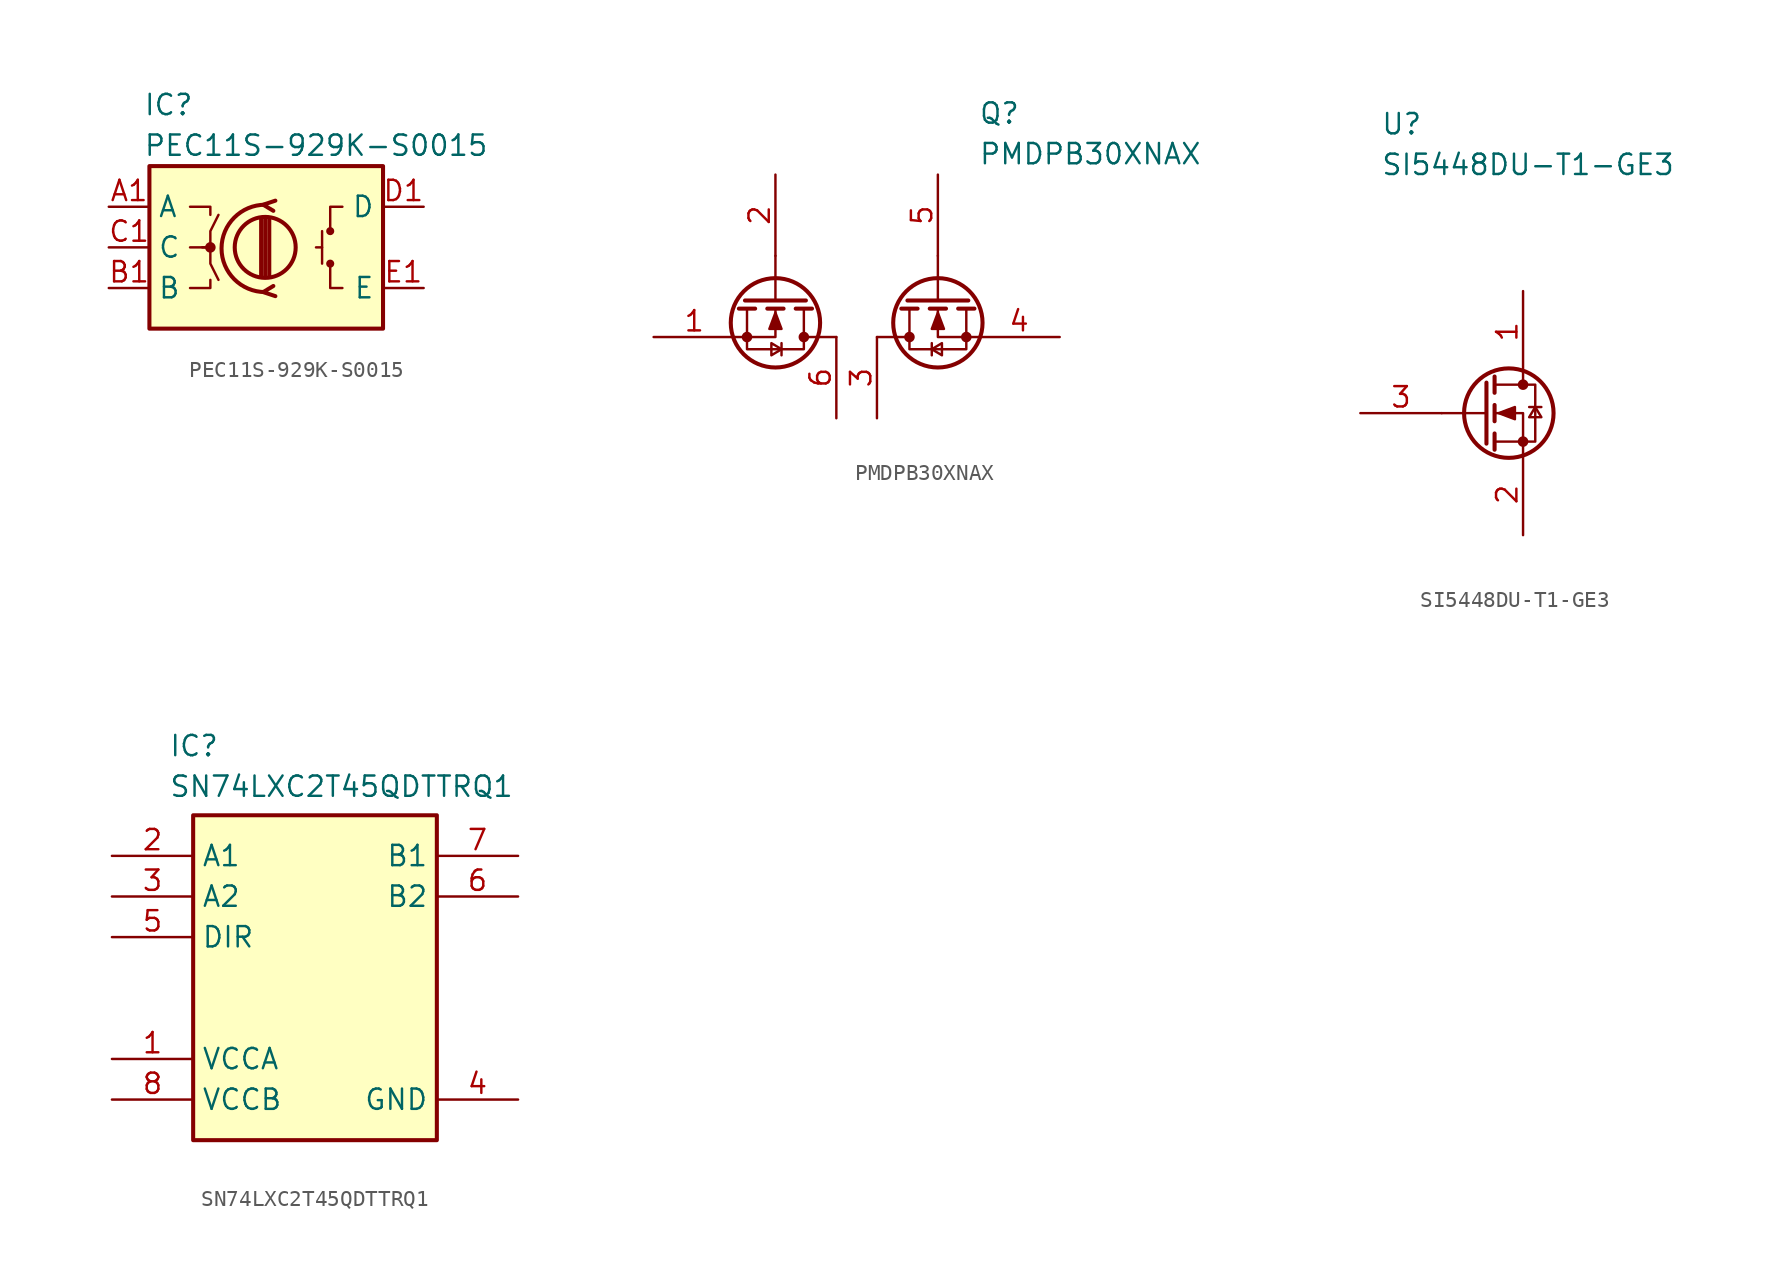
<source format=kicad_sym>
(kicad_symbol_lib
  (version 20241209)
  (generator "kicad_symbol_editor")
  (generator_version "9.0")
  (symbol "PEC11S-929K-S0015"
    (property "Reference" "IC"
      (at -7.366 9.652 0)
      (effects (font (size 1.27 1.27)) (justify left top)))
    (property "Value" "PEC11S-929K-S0015"
      (at -7.366 7.112 0)
      (effects (font (size 1.27 1.27)) (justify left top)))
    (symbol "PEC11S-929K-S0015_0_1"
      (rectangle (start -6.985 5.08) (end 7.62 -5.08) (stroke (width 0.254) (type default)) (fill (type background)))
      (polyline (pts (xy -4.445 2.54) (xy -3.175 2.54) (xy -3.175 2.032)) (stroke (width 0) (type default)) (fill (type none)))
      (polyline (pts (xy -4.445 0) (xy -3.175 0) (xy -3.175 -1.016) (xy -2.667 -2.032)) (stroke (width 0) (type default)) (fill (type none)))
      (polyline (pts (xy -4.445 -2.54) (xy -3.175 -2.54) (xy -3.175 -2.032)) (stroke (width 0) (type default)) (fill (type none)))
      (polyline (pts (xy -3.683 0) (xy -3.175 0) (xy -3.175 1.016) (xy -2.667 2.032)) (stroke (width 0) (type default)) (fill (type none)))
      (circle (center -3.175 0) (radius 0.254) (stroke (width 0) (type default)) (fill (type outline)))
      (polyline (pts (xy 0 -1.778) (xy 0 1.778)) (stroke (width 0.254) (type default)) (fill (type none)))
      (circle (center 0.254 0) (radius 1.905) (stroke (width 0.254) (type default)) (fill (type none)))
      (polyline (pts (xy 0.254 -1.778) (xy 0.254 1.778)) (stroke (width 0.254) (type default)) (fill (type none)))
      (arc (start 0.254 -2.794) (mid -2.4638 -0.0635) (end 0.254 2.667) (stroke (width 0.254) (type default)) (fill (type none)))
      (polyline (pts (xy 0.508 1.778) (xy 0.508 -1.778)) (stroke (width 0.254) (type default)) (fill (type none)))
      (polyline (pts (xy 0.889 2.921) (xy 0.127 2.667) (xy 0.762 2.286)) (stroke (width 0.254) (type default)) (fill (type none)))
      (polyline (pts (xy 0.889 -3.048) (xy 0.127 -2.794) (xy 0.762 -2.413)) (stroke (width 0.254) (type default)) (fill (type none)))
      (circle (center 4.318 1.016) (radius 0.127) (stroke (width 0.254) (type default)) (fill (type none)))
      (circle (center 4.318 -1.016) (radius 0.127) (stroke (width 0.254) (type default)) (fill (type none))))
    (symbol "PEC11S-929K-S0015_1_1"
      (polyline (pts (xy 3.81 1.016) (xy 3.81 -1.016)) (stroke (width 0) (type solid)) (fill (type none)))
      (polyline (pts (xy 3.81 0) (xy 3.429 0)) (stroke (width 0) (type solid)) (fill (type none)))
      (polyline (pts (xy 5.08 2.54) (xy 4.318 2.54) (xy 4.318 1.016)) (stroke (width 0) (type solid)) (fill (type none)))
      (polyline (pts (xy 5.08 -2.54) (xy 4.318 -2.54) (xy 4.318 -1.016)) (stroke (width 0) (type solid)) (fill (type none)))
      (pin passive line (at -9.525 2.54 0) (length 2.54) (name "A" (effects (font (size 1.27 1.27)))) (number "A1" (effects (font (size 1.27 1.27)))))
      (pin passive line (at -9.525 0 0) (length 2.54) (name "C" (effects (font (size 1.27 1.27)))) (number "C1" (effects (font (size 1.27 1.27)))))
      (pin passive line (at -9.525 -2.54 0) (length 2.54) (name "B" (effects (font (size 1.27 1.27)))) (number "B1" (effects (font (size 1.27 1.27)))))
      (pin passive line (at 10.16 2.54 180) (length 2.54) (name "D" (effects (font (size 1.27 1.27)))) (number "D1" (effects (font (size 1.27 1.27)))))
      (pin passive line (at 10.16 -2.54 180) (length 2.54) (name "E" (effects (font (size 1.27 1.27)))) (number "E1" (effects (font (size 1.27 1.27)))))))
  (symbol "PMDPB30XNAX"
    (property "Reference" "Q"
      (at 7.62 14.732 0)
      (effects (font (size 1.27 1.27)) (justify left top)))
    (property "Value" "PMDPB30XNAX"
      (at 7.62 12.192 0)
      (effects (font (size 1.27 1.27)) (justify left top)))
    (symbol "PMDPB30XNAX_0_1"
      (polyline (pts (xy -7.62 0) (xy -5.08 0) (xy -5.08 1.778)) (stroke (width 0) (type default)) (fill (type none)))
      (polyline (pts (xy -6.858 1.778) (xy -6.858 -0.762) (xy -3.302 -0.762) (xy -3.302 1.778)) (stroke (width 0) (type default)) (fill (type none)))
      (circle (center -6.858 0) (radius 0.254) (stroke (width 0) (type default)) (fill (type outline)))
      (polyline (pts (xy -6.35 1.778) (xy -7.366 1.778)) (stroke (width 0.254) (type default)) (fill (type none)))
      (polyline (pts (xy -5.08 2.286) (xy -5.08 5.08)) (stroke (width 0) (type default)) (fill (type none)))
      (polyline (pts (xy -5.08 1.524) (xy -4.699 0.508) (xy -5.461 0.508) (xy -5.08 1.524)) (stroke (width 0) (type default)) (fill (type outline)))
      (circle (center -5.08 0.889) (radius 2.794) (stroke (width 0.254) (type default)) (fill (type none)))
      (polyline (pts (xy -4.699 -0.381) (xy -4.699 -1.143)) (stroke (width 0) (type default)) (fill (type none)))
      (polyline (pts (xy -4.699 -0.762) (xy -5.334 -0.381) (xy -5.334 -1.143) (xy -4.699 -0.762)) (stroke (width 0) (type default)) (fill (type none)))
      (polyline (pts (xy -4.572 1.778) (xy -5.588 1.778)) (stroke (width 0.254) (type default)) (fill (type none)))
      (circle (center -3.302 0) (radius 0.254) (stroke (width 0) (type default)) (fill (type outline)))
      (polyline (pts (xy -3.175 2.286) (xy -6.985 2.286)) (stroke (width 0.254) (type default)) (fill (type none)))
      (polyline (pts (xy -2.794 1.778) (xy -3.81 1.778)) (stroke (width 0.254) (type default)) (fill (type none)))
      (polyline (pts (xy -2.54 0) (xy -3.302 0)) (stroke (width 0) (type default)) (fill (type none)))
      (polyline (pts (xy -1.27 0) (xy -2.54 0)) (stroke (width 0) (type default)) (fill (type none)))
      (polyline (pts (xy 1.27 0) (xy 2.54 0)) (stroke (width 0) (type default)) (fill (type none)))
      (polyline (pts (xy 2.54 0) (xy 3.302 0)) (stroke (width 0) (type default)) (fill (type none)))
      (polyline (pts (xy 2.794 1.778) (xy 3.81 1.778)) (stroke (width 0.254) (type default)) (fill (type none)))
      (polyline (pts (xy 3.175 2.286) (xy 6.985 2.286)) (stroke (width 0.254) (type default)) (fill (type none)))
      (circle (center 3.302 0) (radius 0.254) (stroke (width 0) (type default)) (fill (type outline)))
      (polyline (pts (xy 4.572 1.778) (xy 5.588 1.778)) (stroke (width 0.254) (type default)) (fill (type none)))
      (polyline (pts (xy 4.699 -0.381) (xy 4.699 -1.143)) (stroke (width 0) (type default)) (fill (type none)))
      (polyline (pts (xy 4.699 -0.762) (xy 5.334 -0.381) (xy 5.334 -1.143) (xy 4.699 -0.762)) (stroke (width 0) (type default)) (fill (type none)))
      (polyline (pts (xy 5.08 2.286) (xy 5.08 5.08)) (stroke (width 0) (type default)) (fill (type none)))
      (polyline (pts (xy 5.08 1.524) (xy 4.699 0.508) (xy 5.461 0.508) (xy 5.08 1.524)) (stroke (width 0) (type default)) (fill (type outline)))
      (circle (center 5.08 0.889) (radius 2.794) (stroke (width 0.254) (type default)) (fill (type none)))
      (polyline (pts (xy 6.35 1.778) (xy 7.366 1.778)) (stroke (width 0.254) (type default)) (fill (type none)))
      (polyline (pts (xy 6.858 1.778) (xy 6.858 -0.762) (xy 3.302 -0.762) (xy 3.302 1.778)) (stroke (width 0) (type default)) (fill (type none)))
      (circle (center 6.858 0) (radius 0.254) (stroke (width 0) (type default)) (fill (type outline)))
      (polyline (pts (xy 7.62 0) (xy 5.08 0) (xy 5.08 1.778)) (stroke (width 0) (type default)) (fill (type none))))
    (symbol "PMDPB30XNAX_1_1"
      (pin passive line (at -12.7 0 0) (length 5.08) (name "" (effects (font (size 1.27 1.27)))) (number "1" (effects (font (size 1.27 1.27)))))
      (pin passive line (at -5.08 10.16 270) (length 5.08) (name "" (effects (font (size 1.27 1.27)))) (number "2" (effects (font (size 1.27 1.27)))))
      (pin passive line (at -1.27 -5.08 90) (length 5.08) (name "" (effects (font (size 1.27 1.27)))) (number "6" (effects (font (size 1.27 1.27)))))
      (pin passive line (at 1.27 -5.08 90) (length 5.08) (name "" (effects (font (size 1.27 1.27)))) (number "3" (effects (font (size 1.27 1.27)))))
      (pin passive line (at 5.08 10.16 270) (length 5.08) (name "" (effects (font (size 1.27 1.27)))) (number "5" (effects (font (size 1.27 1.27)))))
      (pin passive line (at 12.7 0 180) (length 5.08) (name "" (effects (font (size 1.27 1.27)))) (number "4" (effects (font (size 1.27 1.27)))))))
  (symbol "SI5448DU-T1-GE3"
    (property "Reference" "U"
      (at -8.89 18.796 0)
      (effects (font (size 1.27 1.27)) (justify left top)))
    (property "Value" "SI5448DU-T1-GE3"
      (at -8.89 16.256 0)
      (effects (font (size 1.27 1.27)) (justify left top)))
    (symbol "SI5448DU-T1-GE3_0_1"
      (polyline (pts (xy -2.286 1.905) (xy -2.286 -1.905)) (stroke (width 0.254) (type default)) (fill (type none)))
      (polyline (pts (xy -2.286 0) (xy -5.08 0)) (stroke (width 0) (type default)) (fill (type none)))
      (polyline (pts (xy -1.778 2.286) (xy -1.778 1.27)) (stroke (width 0.254) (type default)) (fill (type none)))
      (polyline (pts (xy -1.778 0.508) (xy -1.778 -0.508)) (stroke (width 0.254) (type default)) (fill (type none)))
      (polyline (pts (xy -1.778 -1.27) (xy -1.778 -2.286)) (stroke (width 0.254) (type default)) (fill (type none)))
      (polyline (pts (xy -1.778 -1.778) (xy 0.762 -1.778) (xy 0.762 1.778) (xy -1.778 1.778)) (stroke (width 0) (type default)) (fill (type none)))
      (polyline (pts (xy -1.524 0) (xy -0.508 0.381) (xy -0.508 -0.381) (xy -1.524 0)) (stroke (width 0) (type default)) (fill (type outline)))
      (circle (center -0.889 0) (radius 2.794) (stroke (width 0.254) (type default)) (fill (type none)))
      (polyline (pts (xy 0 2.54) (xy 0 1.778)) (stroke (width 0) (type default)) (fill (type none)))
      (circle (center 0 1.778) (radius 0.254) (stroke (width 0) (type default)) (fill (type outline)))
      (circle (center 0 -1.778) (radius 0.254) (stroke (width 0) (type default)) (fill (type outline)))
      (polyline (pts (xy 0 -2.54) (xy 0 0) (xy -1.778 0)) (stroke (width 0) (type default)) (fill (type none)))
      (polyline (pts (xy 0.381 0.381) (xy 1.143 0.381)) (stroke (width 0) (type default)) (fill (type none)))
      (polyline (pts (xy 0.762 0.381) (xy 0.381 -0.254) (xy 1.143 -0.254) (xy 0.762 0.381)) (stroke (width 0) (type default)) (fill (type none))))
    (symbol "SI5448DU-T1-GE3_1_1"
      (pin passive line (at -10.16 0 0) (length 5.08) (name "" (effects (font (size 1.27 1.27)))) (number "3" (effects (font (size 1.27 1.27)))))
      (pin passive line (at 0 7.62 270) (length 5.08) (name "" (effects (font (size 1.27 1.27)))) (number "1" (effects (font (size 1.27 1.27)))))
      (pin passive line (at 0 -7.62 90) (length 5.08) (name "" (effects (font (size 1.27 1.27)))) (number "2" (effects (font (size 1.27 1.27)))))))
  (symbol "SN74LXC2T45QDTTRQ1"
    (property "Reference" "IC"
      (at -9.144 5.08 0)
      (effects (font (size 1.27 1.27)) (justify left top)))
    (property "Value" "SN74LXC2T45QDTTRQ1"
      (at -9.144 2.54 0)
      (effects (font (size 1.27 1.27)) (justify left top)))
    (symbol "SN74LXC2T45QDTTRQ1_1_1"
      (rectangle (start -7.62 0) (end 7.62 -20.32) (stroke (width 0.254) (type default)) (fill (type background)))
      (pin passive line (at -12.7 -2.54 0) (length 5.08) (name "A1" (effects (font (size 1.27 1.27)))) (number "2" (effects (font (size 1.27 1.27)))))
      (pin passive line (at -12.7 -5.08 0) (length 5.08) (name "A2" (effects (font (size 1.27 1.27)))) (number "3" (effects (font (size 1.27 1.27)))))
      (pin passive line (at -12.7 -7.62 0) (length 5.08) (name "DIR" (effects (font (size 1.27 1.27)))) (number "5" (effects (font (size 1.27 1.27)))))
      (pin passive line (at -12.7 -15.24 0) (length 5.08) (name "VCCA" (effects (font (size 1.27 1.27)))) (number "1" (effects (font (size 1.27 1.27)))))
      (pin passive line (at -12.7 -17.78 0) (length 5.08) (name "VCCB" (effects (font (size 1.27 1.27)))) (number "8" (effects (font (size 1.27 1.27)))))
      (pin passive line (at 12.7 -2.54 180) (length 5.08) (name "B1" (effects (font (size 1.27 1.27)))) (number "7" (effects (font (size 1.27 1.27)))))
      (pin passive line (at 12.7 -5.08 180) (length 5.08) (name "B2" (effects (font (size 1.27 1.27)))) (number "6" (effects (font (size 1.27 1.27)))))
      (pin passive line (at 12.7 -17.78 180) (length 5.08) (name "GND" (effects (font (size 1.27 1.27)))) (number "4" (effects (font (size 1.27 1.27))))))))
</source>
